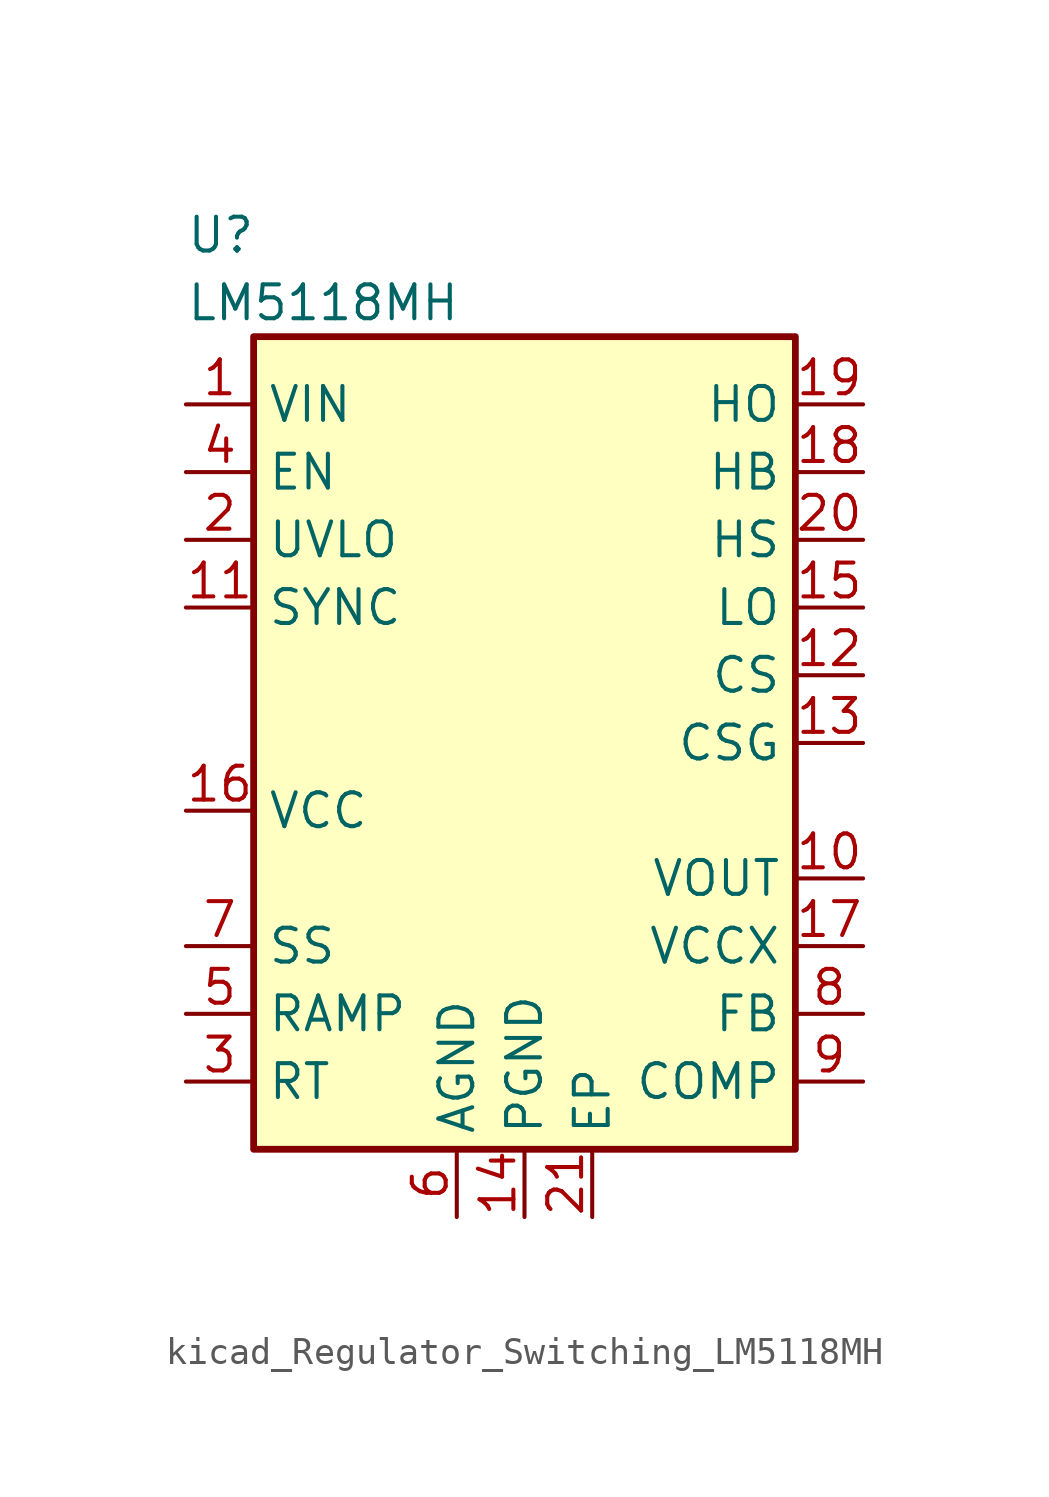
<source format=kicad_sym>
(kicad_symbol_lib
  (version 20220914)
  (generator kicad_symbol_editor)
  (symbol "kicad_Regulator_Switching_LM5118MH"
    (property "Reference" "U"
      (at -12.7 19.05 0)
      (effects (font (size 1.27 1.27)) (justify left)))
    (property "Value" "LM5118MH"
      (at -12.7 16.51 0)
      (effects (font (size 1.27 1.27)) (justify left)))
    (symbol "kicad_Regulator_Switching_LM5118MH_0_1"
      (rectangle (start -10.16 15.24) (end 10.16 -15.24) (stroke (width 0.254) (type default)) (fill (type background))))
    (symbol "kicad_Regulator_Switching_LM5118MH_1_1"
      (pin power_in line (at -12.7 12.7 0) (length 2.54) (name "VIN" (effects (font (size 1.27 1.27)))) (number "1" (effects (font (size 1.27 1.27)))))
      (pin input line (at 12.7 -5.08 180) (length 2.54) (name "VOUT" (effects (font (size 1.27 1.27)))) (number "10" (effects (font (size 1.27 1.27)))))
      (pin input line (at -12.7 5.08 0) (length 2.54) (name "SYNC" (effects (font (size 1.27 1.27)))) (number "11" (effects (font (size 1.27 1.27)))))
      (pin input line (at 12.7 2.54 180) (length 2.54) (name "CS" (effects (font (size 1.27 1.27)))) (number "12" (effects (font (size 1.27 1.27)))))
      (pin input line (at 12.7 0 180) (length 2.54) (name "CSG" (effects (font (size 1.27 1.27)))) (number "13" (effects (font (size 1.27 1.27)))))
      (pin power_in line (at 0 -17.78 90) (length 2.54) (name "PGND" (effects (font (size 1.27 1.27)))) (number "14" (effects (font (size 1.27 1.27)))))
      (pin output line (at 12.7 5.08 180) (length 2.54) (name "LO" (effects (font (size 1.27 1.27)))) (number "15" (effects (font (size 1.27 1.27)))))
      (pin power_out line (at -12.7 -2.54 0) (length 2.54) (name "VCC" (effects (font (size 1.27 1.27)))) (number "16" (effects (font (size 1.27 1.27)))))
      (pin power_in line (at 12.7 -7.62 180) (length 2.54) (name "VCCX" (effects (font (size 1.27 1.27)))) (number "17" (effects (font (size 1.27 1.27)))))
      (pin passive line (at 12.7 10.16 180) (length 2.54) (name "HB" (effects (font (size 1.27 1.27)))) (number "18" (effects (font (size 1.27 1.27)))))
      (pin output line (at 12.7 12.7 180) (length 2.54) (name "HO" (effects (font (size 1.27 1.27)))) (number "19" (effects (font (size 1.27 1.27)))))
      (pin input line (at -12.7 7.62 0) (length 2.54) (name "UVLO" (effects (font (size 1.27 1.27)))) (number "2" (effects (font (size 1.27 1.27)))))
      (pin passive line (at 12.7 7.62 180) (length 2.54) (name "HS" (effects (font (size 1.27 1.27)))) (number "20" (effects (font (size 1.27 1.27)))))
      (pin passive line (at 2.54 -17.78 90) (length 2.54) (name "EP" (effects (font (size 1.27 1.27)))) (number "21" (effects (font (size 1.27 1.27)))))
      (pin passive line (at -12.7 -12.7 0) (length 2.54) (name "RT" (effects (font (size 1.27 1.27)))) (number "3" (effects (font (size 1.27 1.27)))))
      (pin input line (at -12.7 10.16 0) (length 2.54) (name "EN" (effects (font (size 1.27 1.27)))) (number "4" (effects (font (size 1.27 1.27)))))
      (pin passive line (at -12.7 -10.16 0) (length 2.54) (name "RAMP" (effects (font (size 1.27 1.27)))) (number "5" (effects (font (size 1.27 1.27)))))
      (pin power_in line (at -2.54 -17.78 90) (length 2.54) (name "AGND" (effects (font (size 1.27 1.27)))) (number "6" (effects (font (size 1.27 1.27)))))
      (pin passive line (at -12.7 -7.62 0) (length 2.54) (name "SS" (effects (font (size 1.27 1.27)))) (number "7" (effects (font (size 1.27 1.27)))))
      (pin input line (at 12.7 -10.16 180) (length 2.54) (name "FB" (effects (font (size 1.27 1.27)))) (number "8" (effects (font (size 1.27 1.27)))))
      (pin output line (at 12.7 -12.7 180) (length 2.54) (name "COMP" (effects (font (size 1.27 1.27)))) (number "9" (effects (font (size 1.27 1.27))))))))
</source>
